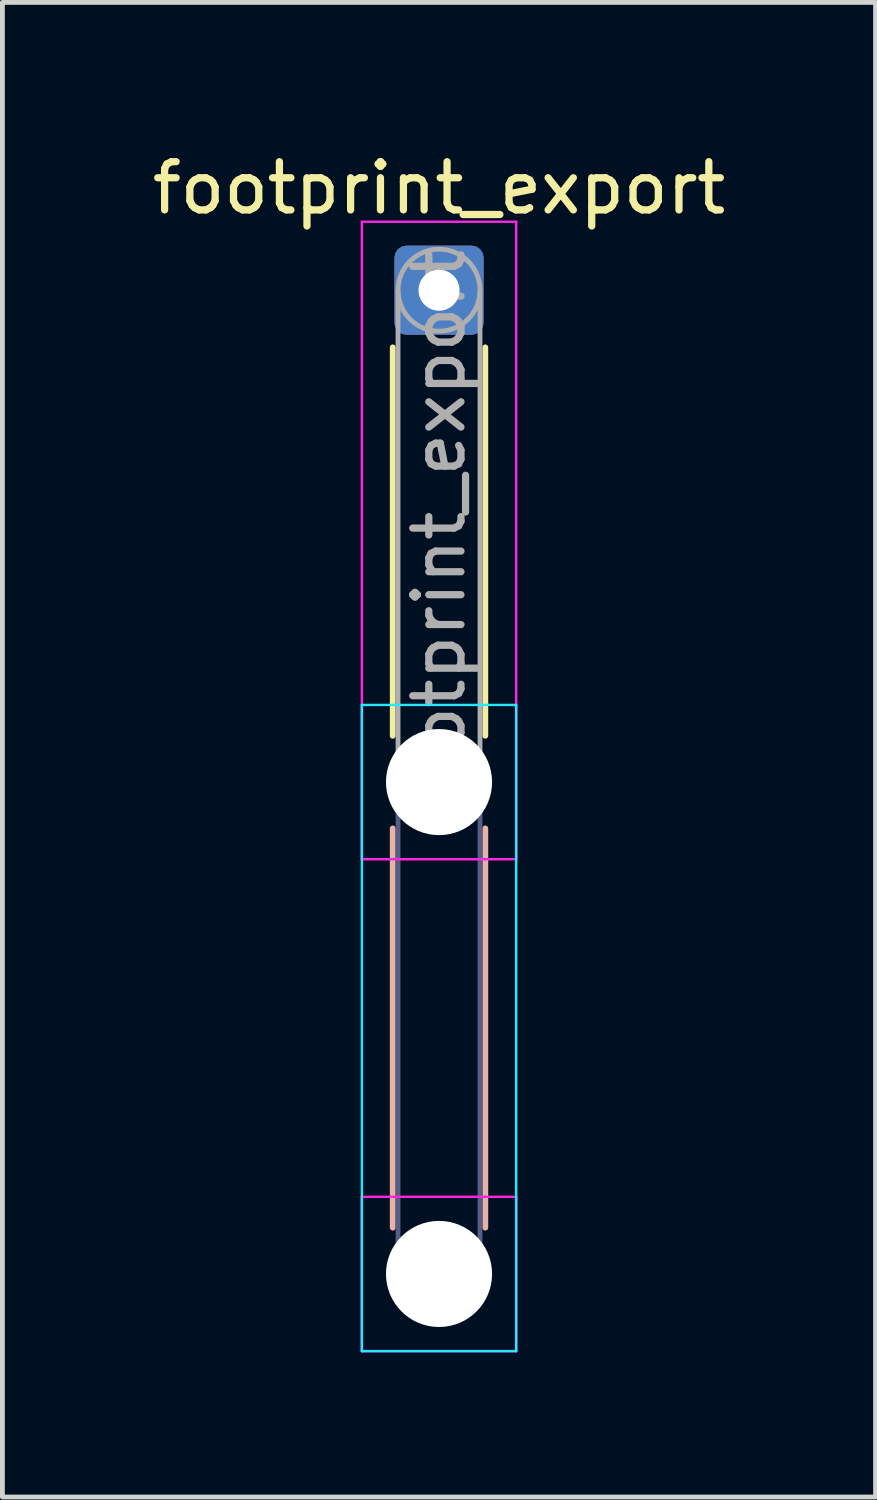
<source format=kicad_pcb>
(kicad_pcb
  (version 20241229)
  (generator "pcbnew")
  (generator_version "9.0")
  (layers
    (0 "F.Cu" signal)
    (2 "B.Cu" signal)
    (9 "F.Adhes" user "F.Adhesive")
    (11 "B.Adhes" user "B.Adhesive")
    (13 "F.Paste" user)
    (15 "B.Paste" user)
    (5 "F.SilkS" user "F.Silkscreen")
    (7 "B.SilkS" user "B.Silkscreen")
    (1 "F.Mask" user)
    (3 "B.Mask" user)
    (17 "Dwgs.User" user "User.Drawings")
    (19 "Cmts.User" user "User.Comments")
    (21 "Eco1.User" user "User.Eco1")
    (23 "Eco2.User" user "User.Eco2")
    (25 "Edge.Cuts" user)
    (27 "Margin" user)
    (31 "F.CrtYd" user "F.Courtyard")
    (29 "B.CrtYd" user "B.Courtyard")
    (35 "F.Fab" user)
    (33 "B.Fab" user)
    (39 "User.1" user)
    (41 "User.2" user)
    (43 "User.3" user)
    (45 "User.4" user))
  (footprint "footprint_export"
    (layer "F.Cu")
    (at 6.054 2.968)
    (property "Reference" "footprint_export" (at 0 -2.12 0) (layer "F.SilkS") (effects (font (size 1 1) (thickness 0.15))))
    (attr exclude_from_pos_files exclude_from_bom)
    (fp_line (start -0.96 1.185) (end -0.96 9.24) (stroke (width 0.12) (type solid)) (layer "F.SilkS"))
    (fp_line (start 0.96 1.185) (end 0.96 9.24) (stroke (width 0.12) (type solid)) (layer "F.SilkS"))
    (fp_line (start -0.96 11.16) (end -0.96 19.44) (stroke (width 0.12) (type solid)) (layer "B.SilkS"))
    (fp_line (start 0.96 11.16) (end 0.96 19.44) (stroke (width 0.12) (type solid)) (layer "B.SilkS"))
    (fp_line (start -1.6 8.6) (end -1.6 22) (stroke (width 0.05) (type solid)) (layer "B.CrtYd"))
    (fp_line (start -1.6 22) (end 1.6 22) (stroke (width 0.05) (type solid)) (layer "B.CrtYd"))
    (fp_line (start 1.6 8.6) (end -1.6 8.6) (stroke (width 0.05) (type solid)) (layer "B.CrtYd"))
    (fp_line (start 1.6 22) (end 1.6 8.6) (stroke (width 0.05) (type solid)) (layer "B.CrtYd"))
    (fp_line (start -1.6 -1.42) (end -1.6 11.8) (stroke (width 0.05) (type solid)) (layer "F.CrtYd"))
    (fp_line (start -1.6 11.8) (end 1.6 11.8) (stroke (width 0.05) (type solid)) (layer "F.CrtYd"))
    (fp_line (start -1.6 18.8) (end -1.6 22) (stroke (width 0.05) (type solid)) (layer "F.CrtYd"))
    (fp_line (start -1.6 22) (end 1.6 22) (stroke (width 0.05) (type solid)) (layer "F.CrtYd"))
    (fp_line (start 1.6 -1.42) (end -1.6 -1.42) (stroke (width 0.05) (type solid)) (layer "F.CrtYd"))
    (fp_line (start 1.6 11.8) (end 1.6 -1.42) (stroke (width 0.05) (type solid)) (layer "F.CrtYd"))
    (fp_line (start 1.6 18.8) (end -1.6 18.8) (stroke (width 0.05) (type solid)) (layer "F.CrtYd"))
    (fp_line (start 1.6 22) (end 1.6 18.8) (stroke (width 0.05) (type solid)) (layer "F.CrtYd"))
    (fp_line (start -0.85 10.2) (end -0.85 20.4) (stroke (width 0.1) (type solid)) (layer "B.Fab"))
    (fp_line (start 0.85 10.2) (end 0.85 20.4) (stroke (width 0.1) (type solid)) (layer "B.Fab"))
    (fp_circle (center 0 10.2) (end 0.85 10.2) (stroke (width 0.1) (type solid)) (fill no) (layer "B.Fab"))
    (fp_circle (center 0 20.4) (end 0.85 20.4) (stroke (width 0.1) (type solid)) (fill no) (layer "B.Fab"))
    (fp_line (start -0.85 0) (end -0.85 10.2) (stroke (width 0.1) (type solid)) (layer "F.Fab"))
    (fp_line (start 0.85 0) (end 0.85 10.2) (stroke (width 0.1) (type solid)) (layer "F.Fab"))
    (fp_circle (center 0 0) (end 0.85 0) (stroke (width 0.1) (type solid)) (fill no) (layer "F.Fab"))
    (fp_circle (center 0 10.2) (end 0.85 10.2) (stroke (width 0.1) (type solid)) (fill no) (layer "F.Fab"))
    (fp_circle (center 0 20.4) (end 0.85 20.4) (stroke (width 0.1) (type solid)) (fill no) (layer "F.Fab"))
    (fp_text user "${REFERENCE}" (at 0 5.1 90) (layer "F.Fab") (effects (font (size 1 1) (thickness 0.15))))
    (pad "" np_thru_hole circle (at 0 10.2) (size 2.2 2.2) (drill 2.2) (layers "*.Cu" "*.Mask"))
    (pad "" np_thru_hole circle (at 0 20.4) (size 2.2 2.2) (drill 2.2) (layers "*.Cu" "*.Mask"))
    (pad "1" thru_hole roundrect (at 0 0) (size 1.85 1.85) (drill 0.85) (layers "*.Cu" "*.Mask") (roundrect_rratio 0.135)))
  (gr_rect
    (start -3 -3)
    (end 15.107 27.993)
    (stroke (width 0.1) (type default))
    (fill no)
    (layer "Edge.Cuts")))
</source>
